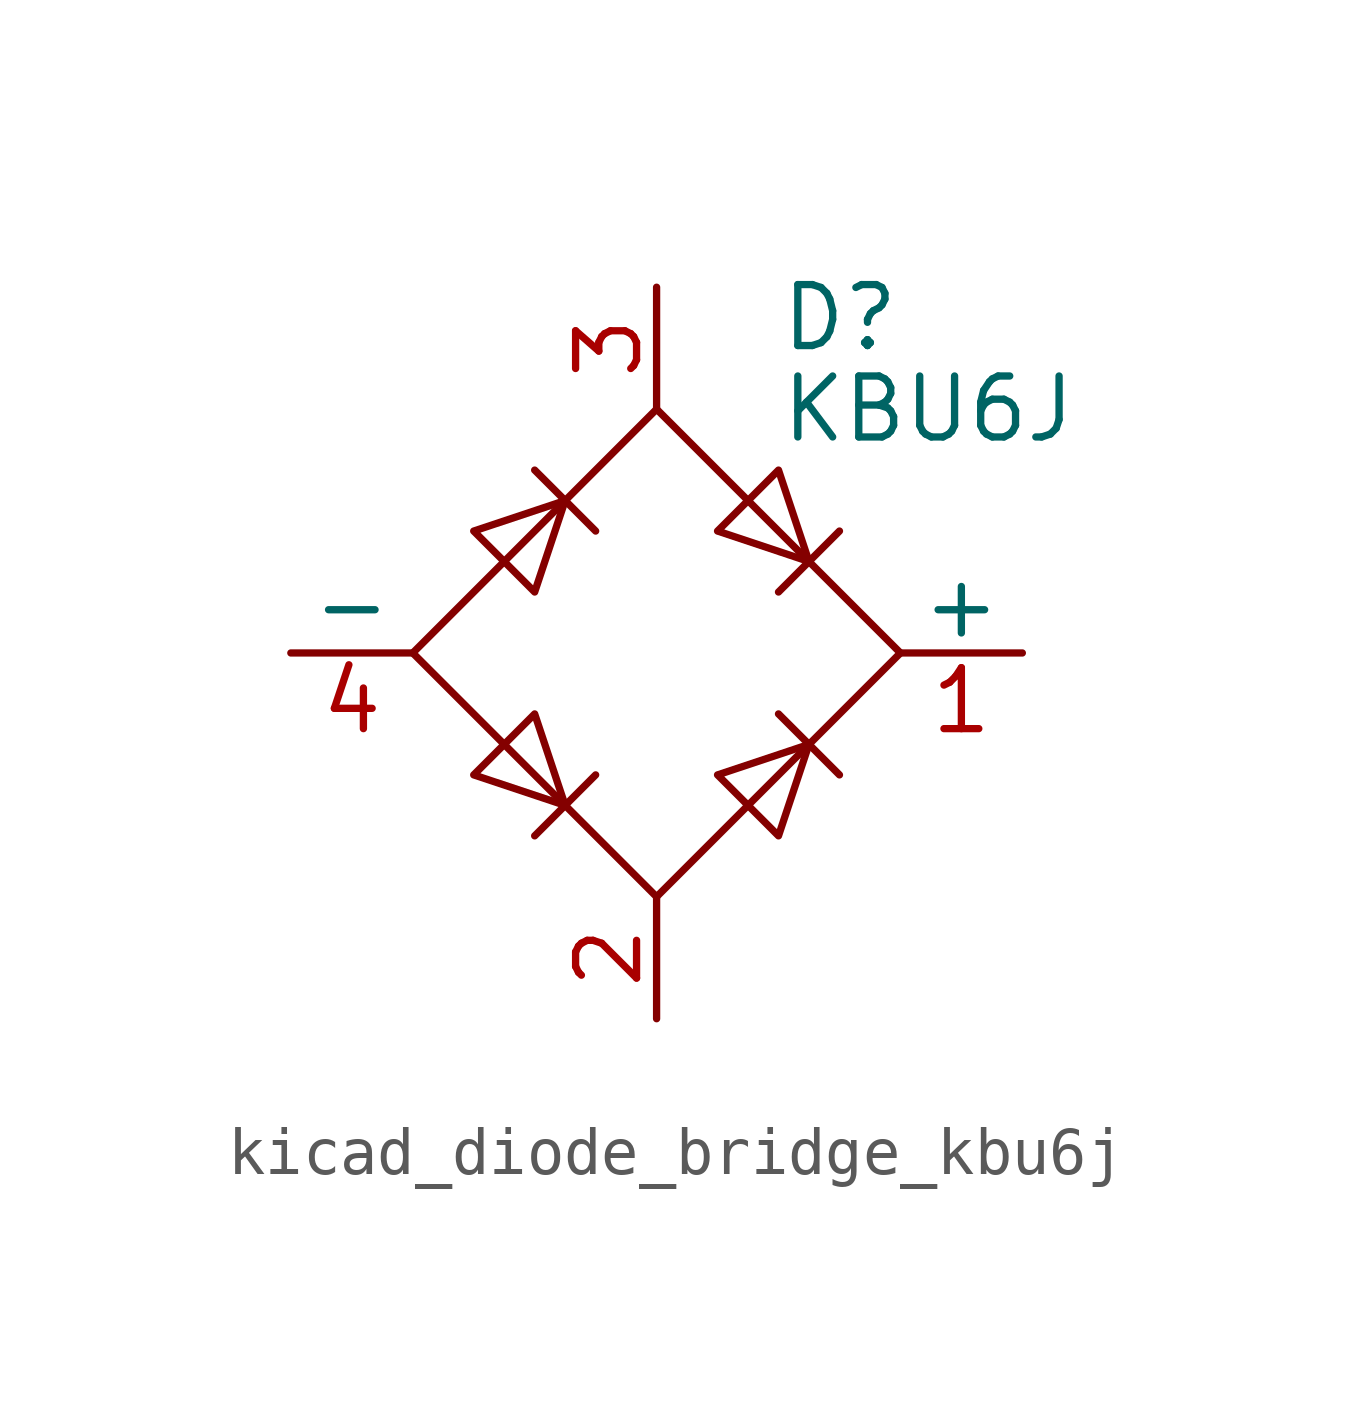
<source format=kicad_sym>
(kicad_symbol_lib
  (version 20220914)
  (generator kicad_symbol_editor)
  (symbol "kicad_diode_bridge_kbu6j"
    (pin_names
      (offset 0))
    (property "Reference" "D"
      (at 2.54 6.985 0)
      (effects (font (size 1.27 1.27)) (justify left)))
    (property "Value" "KBU6J"
      (at 2.54 5.08 0)
      (effects (font (size 1.27 1.27)) (justify left)))
    (symbol "kicad_diode_bridge_kbu6j_0_1"
      (polyline (pts (xy -2.54 3.81) (xy -1.27 2.54)) (stroke (width 0) (type default)) (fill (type none)))
      (polyline (pts (xy -1.27 -2.54) (xy -2.54 -3.81)) (stroke (width 0) (type default)) (fill (type none)))
      (polyline (pts (xy 2.54 -1.27) (xy 3.81 -2.54)) (stroke (width 0) (type default)) (fill (type none)))
      (polyline (pts (xy 2.54 1.27) (xy 3.81 2.54)) (stroke (width 0) (type default)) (fill (type none)))
      (polyline (pts (xy -3.81 2.54) (xy -2.54 1.27) (xy -1.905 3.175) (xy -3.81 2.54)) (stroke (width 0) (type default)) (fill (type none)))
      (polyline (pts (xy -2.54 -1.27) (xy -3.81 -2.54) (xy -1.905 -3.175) (xy -2.54 -1.27)) (stroke (width 0) (type default)) (fill (type none)))
      (polyline (pts (xy 1.27 2.54) (xy 2.54 3.81) (xy 3.175 1.905) (xy 1.27 2.54)) (stroke (width 0) (type default)) (fill (type none)))
      (polyline (pts (xy 3.175 -1.905) (xy 1.27 -2.54) (xy 2.54 -3.81) (xy 3.175 -1.905)) (stroke (width 0) (type default)) (fill (type none)))
      (polyline (pts (xy -5.08 0) (xy 0 -5.08) (xy 5.08 0) (xy 0 5.08) (xy -5.08 0)) (stroke (width 0) (type default)) (fill (type none))))
    (symbol "kicad_diode_bridge_kbu6j_1_1"
      (pin passive line (at 7.62 0 180) (length 2.54) (name "+" (effects (font (size 1.27 1.27)))) (number "1" (effects (font (size 1.27 1.27)))))
      (pin passive line (at 0 -7.62 90) (length 2.54) (name "~" (effects (font (size 1.27 1.27)))) (number "2" (effects (font (size 1.27 1.27)))))
      (pin passive line (at 0 7.62 270) (length 2.54) (name "~" (effects (font (size 1.27 1.27)))) (number "3" (effects (font (size 1.27 1.27)))))
      (pin passive line (at -7.62 0 0) (length 2.54) (name "-" (effects (font (size 1.27 1.27)))) (number "4" (effects (font (size 1.27 1.27))))))))
</source>
